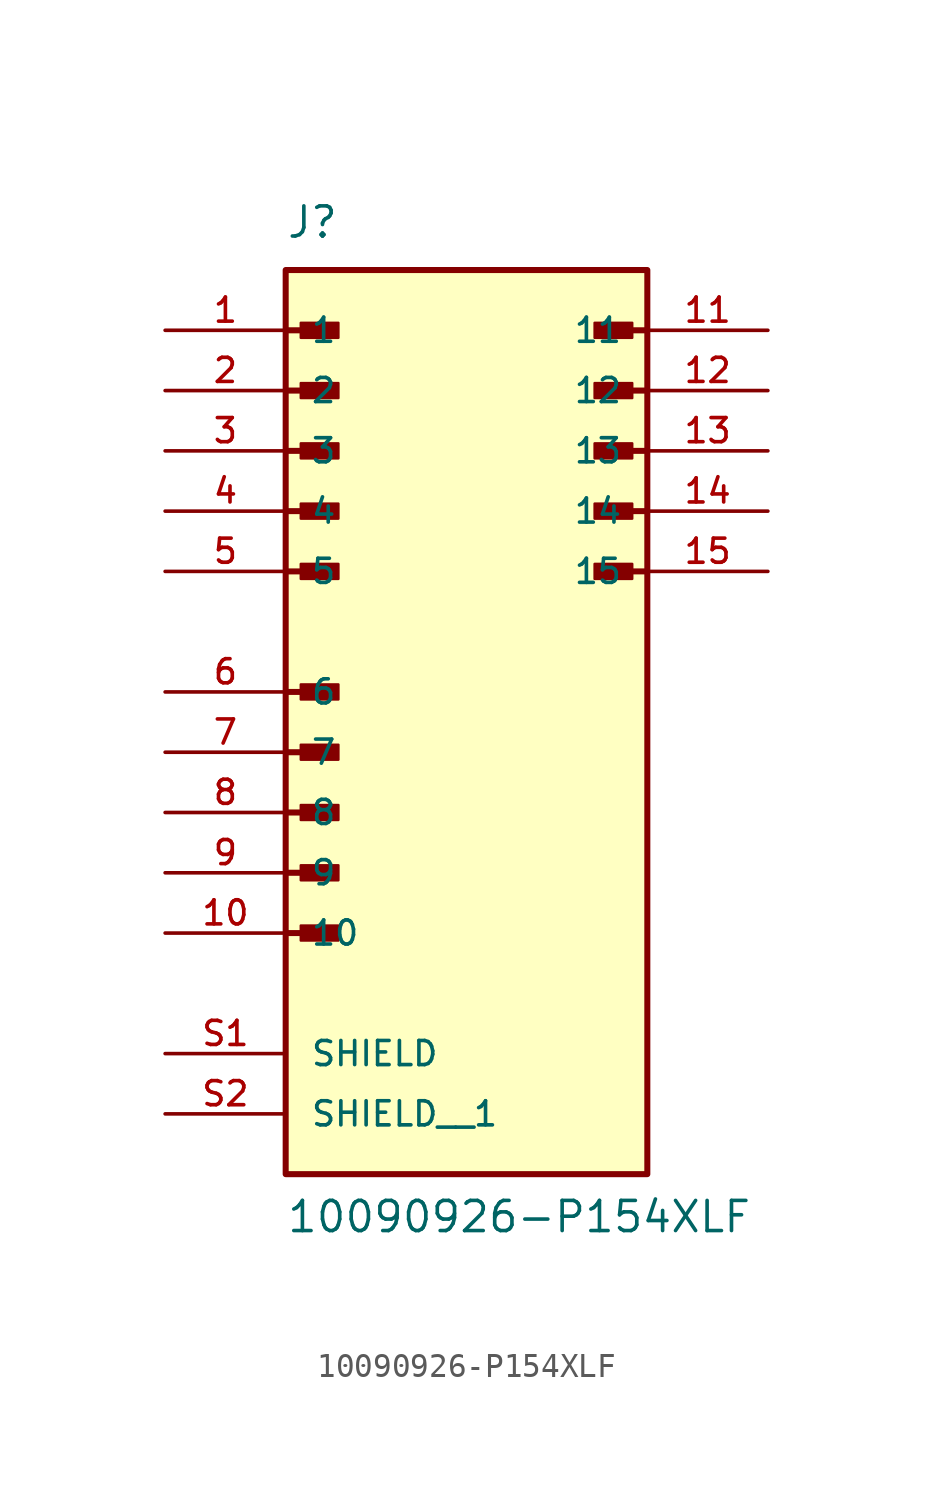
<source format=kicad_sym>
(kicad_symbol_lib
  (version 20211014)
  (generator kicad_symbol_editor)
  (symbol "10090926-P154XLF"
    (pin_names
      (offset 1.016))
    (property "Reference" "J"
      (at -7.62 19.05 0)
      (effects (font (size 1.27 1.27)) (justify bottom left)))
    (property "Value" "10090926-P154XLF"
      (at -7.62 -22.86 0)
      (effects (font (size 1.27 1.27)) (justify bottom left)))
    (symbol "10090926-P154XLF_0_0"
      (polyline (pts (xy -7.62 15.24) (xy -5.715 15.24)) (stroke (width 0.254)))
      (rectangle (start -6.985 14.922) (end -5.397 15.557) (stroke (width 0.1)) (fill (type outline)))
      (polyline (pts (xy -7.62 12.7) (xy -5.715 12.7)) (stroke (width 0.254)))
      (rectangle (start -6.985 12.383) (end -5.397 13.018) (stroke (width 0.1)) (fill (type outline)))
      (polyline (pts (xy -7.62 10.16) (xy -5.715 10.16)) (stroke (width 0.254)))
      (rectangle (start -6.985 9.842) (end -5.397 10.477) (stroke (width 0.1)) (fill (type outline)))
      (polyline (pts (xy -7.62 7.62) (xy -5.715 7.62)) (stroke (width 0.254)))
      (rectangle (start -6.985 7.303) (end -5.397 7.938) (stroke (width 0.1)) (fill (type outline)))
      (polyline (pts (xy -7.62 5.08) (xy -5.715 5.08)) (stroke (width 0.254)))
      (rectangle (start -6.985 4.763) (end -5.397 5.397) (stroke (width 0.1)) (fill (type outline)))
      (polyline (pts (xy -7.62 0.0) (xy -5.715 0.0)) (stroke (width 0.254)))
      (rectangle (start -6.985 -0.318) (end -5.397 0.318) (stroke (width 0.1)) (fill (type outline)))
      (polyline (pts (xy -7.62 -2.54) (xy -5.715 -2.54)) (stroke (width 0.254)))
      (rectangle (start -6.985 -2.857) (end -5.397 -2.223) (stroke (width 0.1)) (fill (type outline)))
      (polyline (pts (xy -7.62 -5.08) (xy -5.715 -5.08)) (stroke (width 0.254)))
      (rectangle (start -6.985 -5.397) (end -5.397 -4.763) (stroke (width 0.1)) (fill (type outline)))
      (polyline (pts (xy -7.62 -7.62) (xy -5.715 -7.62)) (stroke (width 0.254)))
      (rectangle (start -6.985 -7.938) (end -5.397 -7.303) (stroke (width 0.1)) (fill (type outline)))
      (polyline (pts (xy -7.62 -10.16) (xy -5.715 -10.16)) (stroke (width 0.254)))
      (rectangle (start -6.985 -10.477) (end -5.397 -9.842) (stroke (width 0.1)) (fill (type outline)))
      (polyline (pts (xy 7.62 15.24) (xy 5.715 15.24)) (stroke (width 0.254)))
      (rectangle (start 5.397 14.922) (end 6.985 15.557) (stroke (width 0.1)) (fill (type outline)))
      (polyline (pts (xy 7.62 12.7) (xy 5.715 12.7)) (stroke (width 0.254)))
      (rectangle (start 5.397 12.383) (end 6.985 13.018) (stroke (width 0.1)) (fill (type outline)))
      (polyline (pts (xy 7.62 10.16) (xy 5.715 10.16)) (stroke (width 0.254)))
      (rectangle (start 5.397 9.842) (end 6.985 10.477) (stroke (width 0.1)) (fill (type outline)))
      (polyline (pts (xy 7.62 7.62) (xy 5.715 7.62)) (stroke (width 0.254)))
      (rectangle (start 5.397 7.303) (end 6.985 7.938) (stroke (width 0.1)) (fill (type outline)))
      (polyline (pts (xy 7.62 5.08) (xy 5.715 5.08)) (stroke (width 0.254)))
      (rectangle (start 5.397 4.763) (end 6.985 5.397) (stroke (width 0.1)) (fill (type outline)))
      (rectangle (start -7.62 -20.32) (end 7.62 17.78) (stroke (width 0.254)) (fill (type background)))
      (pin passive line (at -12.7 15.24 0) (length 5.08) (name "1" (effects (font (size 1.016 1.016)))) (number "1" (effects (font (size 1.016 1.016)))))
      (pin passive line (at -12.7 12.7 0) (length 5.08) (name "2" (effects (font (size 1.016 1.016)))) (number "2" (effects (font (size 1.016 1.016)))))
      (pin passive line (at -12.7 10.16 0) (length 5.08) (name "3" (effects (font (size 1.016 1.016)))) (number "3" (effects (font (size 1.016 1.016)))))
      (pin passive line (at -12.7 7.62 0) (length 5.08) (name "4" (effects (font (size 1.016 1.016)))) (number "4" (effects (font (size 1.016 1.016)))))
      (pin passive line (at -12.7 5.08 0) (length 5.08) (name "5" (effects (font (size 1.016 1.016)))) (number "5" (effects (font (size 1.016 1.016)))))
      (pin passive line (at -12.7 0.0 0) (length 5.08) (name "6" (effects (font (size 1.016 1.016)))) (number "6" (effects (font (size 1.016 1.016)))))
      (pin passive line (at -12.7 -2.54 0) (length 5.08) (name "7" (effects (font (size 1.016 1.016)))) (number "7" (effects (font (size 1.016 1.016)))))
      (pin passive line (at -12.7 -5.08 0) (length 5.08) (name "8" (effects (font (size 1.016 1.016)))) (number "8" (effects (font (size 1.016 1.016)))))
      (pin passive line (at -12.7 -7.62 0) (length 5.08) (name "9" (effects (font (size 1.016 1.016)))) (number "9" (effects (font (size 1.016 1.016)))))
      (pin passive line (at -12.7 -10.16 0) (length 5.08) (name "10" (effects (font (size 1.016 1.016)))) (number "10" (effects (font (size 1.016 1.016)))))
      (pin passive line (at 12.7 15.24 180.0) (length 5.08) (name "11" (effects (font (size 1.016 1.016)))) (number "11" (effects (font (size 1.016 1.016)))))
      (pin passive line (at 12.7 12.7 180.0) (length 5.08) (name "12" (effects (font (size 1.016 1.016)))) (number "12" (effects (font (size 1.016 1.016)))))
      (pin passive line (at 12.7 10.16 180.0) (length 5.08) (name "13" (effects (font (size 1.016 1.016)))) (number "13" (effects (font (size 1.016 1.016)))))
      (pin passive line (at 12.7 7.62 180.0) (length 5.08) (name "14" (effects (font (size 1.016 1.016)))) (number "14" (effects (font (size 1.016 1.016)))))
      (pin passive line (at 12.7 5.08 180.0) (length 5.08) (name "15" (effects (font (size 1.016 1.016)))) (number "15" (effects (font (size 1.016 1.016)))))
      (pin passive line (at -12.7 -15.24 0) (length 5.08) (name "SHIELD" (effects (font (size 1.016 1.016)))) (number "S1" (effects (font (size 1.016 1.016)))))
      (pin passive line (at -12.7 -17.78 0) (length 5.08) (name "SHIELD__1" (effects (font (size 1.016 1.016)))) (number "S2" (effects (font (size 1.016 1.016))))))))
</source>
